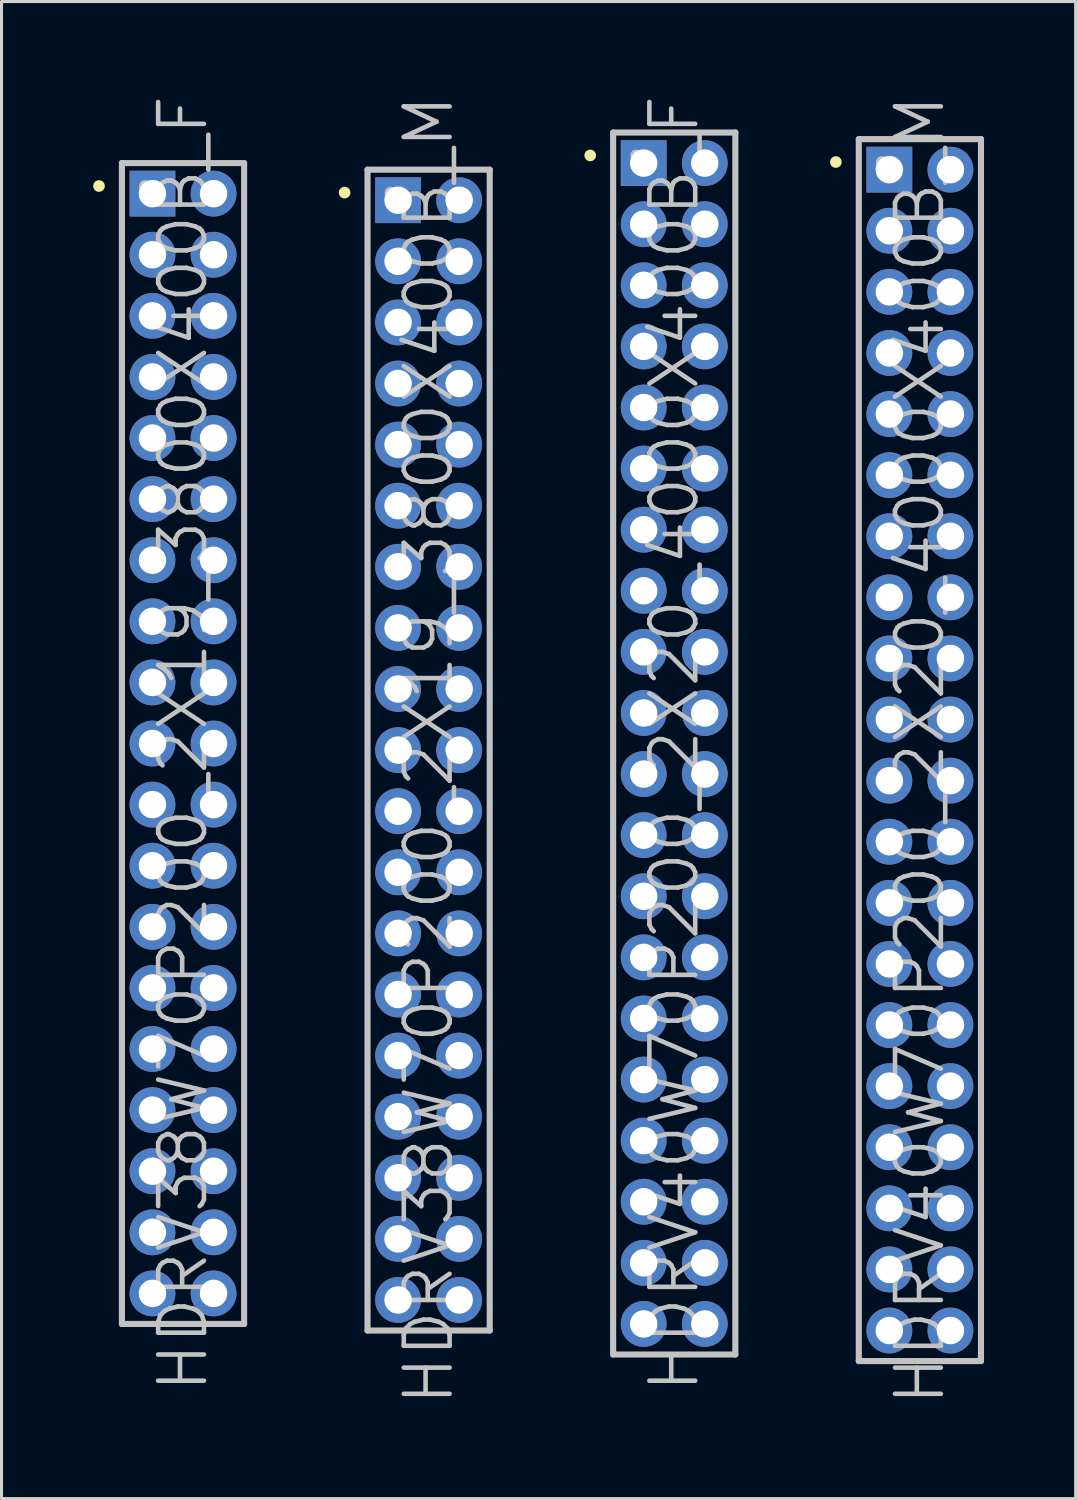
<source format=kicad_pcb>
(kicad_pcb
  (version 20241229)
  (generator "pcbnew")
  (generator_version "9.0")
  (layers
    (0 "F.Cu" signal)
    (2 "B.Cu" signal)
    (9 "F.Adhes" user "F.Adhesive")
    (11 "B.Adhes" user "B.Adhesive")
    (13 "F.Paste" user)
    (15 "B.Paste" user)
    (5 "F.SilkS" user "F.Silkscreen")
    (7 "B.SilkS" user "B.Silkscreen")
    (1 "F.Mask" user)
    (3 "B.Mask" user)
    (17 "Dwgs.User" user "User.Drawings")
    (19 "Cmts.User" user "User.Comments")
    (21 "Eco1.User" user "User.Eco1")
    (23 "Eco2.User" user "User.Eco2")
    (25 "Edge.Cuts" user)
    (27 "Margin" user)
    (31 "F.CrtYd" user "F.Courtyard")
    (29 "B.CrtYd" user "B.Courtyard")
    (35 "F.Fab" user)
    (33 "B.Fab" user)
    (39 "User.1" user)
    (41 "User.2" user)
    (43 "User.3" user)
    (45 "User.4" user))
  (footprint "HDRV40W70P200_2X20_4000X400B_F"
    (layer "F.Cu")
    (at 19.021 21.289)
    (property "Reference" "HDRV40W70P200_2X20_4000X400B_F" (at 0 0 90) (layer "Dwgs.User") (effects (font (size 1.5 1.5) (thickness 0.15))))
    (attr through_hole)
    (fp_line (start -2.75 -19.25) (end -2.75 -19.25) (stroke (width 0.381) (type solid)) (layer "F.SilkS"))
    (fp_line (start -2 -20) (end -2 20) (stroke (width 0.2) (type solid)) (layer "Dwgs.User"))
    (fp_line (start -2 -20) (end 2 -20) (stroke (width 0.2) (type solid)) (layer "Dwgs.User"))
    (fp_line (start -2 20) (end 2 20) (stroke (width 0.2) (type solid)) (layer "Dwgs.User"))
    (fp_line (start -1.25 -19.25) (end -1.25 -19.25) (stroke (width 0.381) (type solid)) (layer "Dwgs.User"))
    (fp_line (start 2 -20) (end 2 20) (stroke (width 0.2) (type solid)) (layer "Dwgs.User"))
    (pad "1" thru_hole rect (at -1 -19) (size 1.5 1.5) (drill 0.9) (layers "*.Cu" "*.Mask"))
    (pad "2" thru_hole circle (at 1 -19 270) (size 1.5 1.5) (drill 0.9) (layers "*.Cu" "*.Mask"))
    (pad "3" thru_hole circle (at -1 -17 270) (size 1.5 1.5) (drill 0.9) (layers "*.Cu" "*.Mask"))
    (pad "4" thru_hole circle (at 1 -17 270) (size 1.5 1.5) (drill 0.9) (layers "*.Cu" "*.Mask"))
    (pad "5" thru_hole circle (at -1 -15 270) (size 1.5 1.5) (drill 0.9) (layers "*.Cu" "*.Mask"))
    (pad "6" thru_hole circle (at 1 -15 270) (size 1.5 1.5) (drill 0.9) (layers "*.Cu" "*.Mask"))
    (pad "7" thru_hole circle (at -1 -13 270) (size 1.5 1.5) (drill 0.9) (layers "*.Cu" "*.Mask"))
    (pad "8" thru_hole circle (at 1 -13 270) (size 1.5 1.5) (drill 0.9) (layers "*.Cu" "*.Mask"))
    (pad "9" thru_hole circle (at -1 -11 270) (size 1.5 1.5) (drill 0.9) (layers "*.Cu" "*.Mask"))
    (pad "10" thru_hole circle (at 1 -11 270) (size 1.5 1.5) (drill 0.9) (layers "*.Cu" "*.Mask"))
    (pad "11" thru_hole circle (at -1 -9 270) (size 1.5 1.5) (drill 0.9) (layers "*.Cu" "*.Mask"))
    (pad "12" thru_hole circle (at 1 -9 270) (size 1.5 1.5) (drill 0.9) (layers "*.Cu" "*.Mask"))
    (pad "13" thru_hole circle (at -1 -7 270) (size 1.5 1.5) (drill 0.9) (layers "*.Cu" "*.Mask"))
    (pad "14" thru_hole circle (at 1 -7 270) (size 1.5 1.5) (drill 0.9) (layers "*.Cu" "*.Mask"))
    (pad "15" thru_hole circle (at -1 -5 270) (size 1.5 1.5) (drill 0.9) (layers "*.Cu" "*.Mask"))
    (pad "16" thru_hole circle (at 1 -5 270) (size 1.5 1.5) (drill 0.9) (layers "*.Cu" "*.Mask"))
    (pad "17" thru_hole circle (at -1 -3 270) (size 1.5 1.5) (drill 0.9) (layers "*.Cu" "*.Mask"))
    (pad "18" thru_hole circle (at 1 -3 270) (size 1.5 1.5) (drill 0.9) (layers "*.Cu" "*.Mask"))
    (pad "19" thru_hole circle (at -1 -1 270) (size 1.5 1.5) (drill 0.9) (layers "*.Cu" "*.Mask"))
    (pad "20" thru_hole circle (at 1 -1 270) (size 1.5 1.5) (drill 0.9) (layers "*.Cu" "*.Mask"))
    (pad "21" thru_hole circle (at -1 1 270) (size 1.5 1.5) (drill 0.9) (layers "*.Cu" "*.Mask"))
    (pad "22" thru_hole circle (at 1 1 270) (size 1.5 1.5) (drill 0.9) (layers "*.Cu" "*.Mask"))
    (pad "23" thru_hole circle (at -1 3 270) (size 1.5 1.5) (drill 0.9) (layers "*.Cu" "*.Mask"))
    (pad "24" thru_hole circle (at 1 3 270) (size 1.5 1.5) (drill 0.9) (layers "*.Cu" "*.Mask"))
    (pad "25" thru_hole circle (at -1 5 270) (size 1.5 1.5) (drill 0.9) (layers "*.Cu" "*.Mask"))
    (pad "26" thru_hole circle (at 1 5 270) (size 1.5 1.5) (drill 0.9) (layers "*.Cu" "*.Mask"))
    (pad "27" thru_hole circle (at -1 7 270) (size 1.5 1.5) (drill 0.9) (layers "*.Cu" "*.Mask"))
    (pad "28" thru_hole circle (at 1 7 270) (size 1.5 1.5) (drill 0.9) (layers "*.Cu" "*.Mask"))
    (pad "29" thru_hole circle (at -1 9 270) (size 1.5 1.5) (drill 0.9) (layers "*.Cu" "*.Mask"))
    (pad "30" thru_hole circle (at 1 9 270) (size 1.5 1.5) (drill 0.9) (layers "*.Cu" "*.Mask"))
    (pad "31" thru_hole circle (at -1 11 270) (size 1.5 1.5) (drill 0.9) (layers "*.Cu" "*.Mask"))
    (pad "32" thru_hole circle (at 1 11 270) (size 1.5 1.5) (drill 0.9) (layers "*.Cu" "*.Mask"))
    (pad "33" thru_hole circle (at -1 13 270) (size 1.5 1.5) (drill 0.9) (layers "*.Cu" "*.Mask"))
    (pad "34" thru_hole circle (at 1 13 270) (size 1.5 1.5) (drill 0.9) (layers "*.Cu" "*.Mask"))
    (pad "35" thru_hole circle (at -1 15 270) (size 1.5 1.5) (drill 0.9) (layers "*.Cu" "*.Mask"))
    (pad "36" thru_hole circle (at 1 15 270) (size 1.5 1.5) (drill 0.9) (layers "*.Cu" "*.Mask"))
    (pad "37" thru_hole circle (at -1 17 270) (size 1.5 1.5) (drill 0.9) (layers "*.Cu" "*.Mask"))
    (pad "38" thru_hole circle (at 1 17 270) (size 1.5 1.5) (drill 0.9) (layers "*.Cu" "*.Mask"))
    (pad "39" thru_hole circle (at -1 19 270) (size 1.5 1.5) (drill 0.9) (layers "*.Cu" "*.Mask"))
    (pad "40" thru_hole circle (at 1 19 270) (size 1.5 1.5) (drill 0.9) (layers "*.Cu" "*.Mask")))
  (footprint "HDRV40W70P200_2X20_4000X400B_M"
    (layer "F.Cu")
    (at 27.062 21.504)
    (property "Reference" "HDRV40W70P200_2X20_4000X400B_M" (at 0 0 90) (layer "Dwgs.User") (effects (font (size 1.5 1.5) (thickness 0.15))))
    (attr through_hole)
    (fp_line (start -2.75 -19.25) (end -2.75 -19.25) (stroke (width 0.381) (type solid)) (layer "F.SilkS"))
    (fp_line (start -2 -20) (end -2 20) (stroke (width 0.2) (type solid)) (layer "Dwgs.User"))
    (fp_line (start -2 -20) (end 2 -20) (stroke (width 0.2) (type solid)) (layer "Dwgs.User"))
    (fp_line (start -2 20) (end 2 20) (stroke (width 0.2) (type solid)) (layer "Dwgs.User"))
    (fp_line (start -1.25 -19.25) (end -1.25 -19.25) (stroke (width 0.381) (type solid)) (layer "Dwgs.User"))
    (fp_line (start 2 -20) (end 2 20) (stroke (width 0.2) (type solid)) (layer "Dwgs.User"))
    (pad "1" thru_hole rect (at -1 -19) (size 1.5 1.5) (drill 0.9) (layers "*.Cu" "*.Mask"))
    (pad "2" thru_hole circle (at 1 -19 270) (size 1.5 1.5) (drill 0.9) (layers "*.Cu" "*.Mask"))
    (pad "3" thru_hole circle (at -1 -17 270) (size 1.5 1.5) (drill 0.9) (layers "*.Cu" "*.Mask"))
    (pad "4" thru_hole circle (at 1 -17 270) (size 1.5 1.5) (drill 0.9) (layers "*.Cu" "*.Mask"))
    (pad "5" thru_hole circle (at -1 -15 270) (size 1.5 1.5) (drill 0.9) (layers "*.Cu" "*.Mask"))
    (pad "6" thru_hole circle (at 1 -15 270) (size 1.5 1.5) (drill 0.9) (layers "*.Cu" "*.Mask"))
    (pad "7" thru_hole circle (at -1 -13 270) (size 1.5 1.5) (drill 0.9) (layers "*.Cu" "*.Mask"))
    (pad "8" thru_hole circle (at 1 -13 270) (size 1.5 1.5) (drill 0.9) (layers "*.Cu" "*.Mask"))
    (pad "9" thru_hole circle (at -1 -11 270) (size 1.5 1.5) (drill 0.9) (layers "*.Cu" "*.Mask"))
    (pad "10" thru_hole circle (at 1 -11 270) (size 1.5 1.5) (drill 0.9) (layers "*.Cu" "*.Mask"))
    (pad "11" thru_hole circle (at -1 -9 270) (size 1.5 1.5) (drill 0.9) (layers "*.Cu" "*.Mask"))
    (pad "12" thru_hole circle (at 1 -9 270) (size 1.5 1.5) (drill 0.9) (layers "*.Cu" "*.Mask"))
    (pad "13" thru_hole circle (at -1 -7 270) (size 1.5 1.5) (drill 0.9) (layers "*.Cu" "*.Mask"))
    (pad "14" thru_hole circle (at 1 -7 270) (size 1.5 1.5) (drill 0.9) (layers "*.Cu" "*.Mask"))
    (pad "15" thru_hole circle (at -1 -5 270) (size 1.5 1.5) (drill 0.9) (layers "*.Cu" "*.Mask"))
    (pad "16" thru_hole circle (at 1 -5 270) (size 1.5 1.5) (drill 0.9) (layers "*.Cu" "*.Mask"))
    (pad "17" thru_hole circle (at -1 -3 270) (size 1.5 1.5) (drill 0.9) (layers "*.Cu" "*.Mask"))
    (pad "18" thru_hole circle (at 1 -3 270) (size 1.5 1.5) (drill 0.9) (layers "*.Cu" "*.Mask"))
    (pad "19" thru_hole circle (at -1 -1 270) (size 1.5 1.5) (drill 0.9) (layers "*.Cu" "*.Mask"))
    (pad "20" thru_hole circle (at 1 -1 270) (size 1.5 1.5) (drill 0.9) (layers "*.Cu" "*.Mask"))
    (pad "21" thru_hole circle (at -1 1 270) (size 1.5 1.5) (drill 0.9) (layers "*.Cu" "*.Mask"))
    (pad "22" thru_hole circle (at 1 1 270) (size 1.5 1.5) (drill 0.9) (layers "*.Cu" "*.Mask"))
    (pad "23" thru_hole circle (at -1 3 270) (size 1.5 1.5) (drill 0.9) (layers "*.Cu" "*.Mask"))
    (pad "24" thru_hole circle (at 1 3 270) (size 1.5 1.5) (drill 0.9) (layers "*.Cu" "*.Mask"))
    (pad "25" thru_hole circle (at -1 5 270) (size 1.5 1.5) (drill 0.9) (layers "*.Cu" "*.Mask"))
    (pad "26" thru_hole circle (at 1 5 270) (size 1.5 1.5) (drill 0.9) (layers "*.Cu" "*.Mask"))
    (pad "27" thru_hole circle (at -1 7 270) (size 1.5 1.5) (drill 0.9) (layers "*.Cu" "*.Mask"))
    (pad "28" thru_hole circle (at 1 7 270) (size 1.5 1.5) (drill 0.9) (layers "*.Cu" "*.Mask"))
    (pad "29" thru_hole circle (at -1 9 270) (size 1.5 1.5) (drill 0.9) (layers "*.Cu" "*.Mask"))
    (pad "30" thru_hole circle (at 1 9 270) (size 1.5 1.5) (drill 0.9) (layers "*.Cu" "*.Mask"))
    (pad "31" thru_hole circle (at -1 11 270) (size 1.5 1.5) (drill 0.9) (layers "*.Cu" "*.Mask"))
    (pad "32" thru_hole circle (at 1 11 270) (size 1.5 1.5) (drill 0.9) (layers "*.Cu" "*.Mask"))
    (pad "33" thru_hole circle (at -1 13 270) (size 1.5 1.5) (drill 0.9) (layers "*.Cu" "*.Mask"))
    (pad "34" thru_hole circle (at 1 13 270) (size 1.5 1.5) (drill 0.9) (layers "*.Cu" "*.Mask"))
    (pad "35" thru_hole circle (at -1 15 270) (size 1.5 1.5) (drill 0.9) (layers "*.Cu" "*.Mask"))
    (pad "36" thru_hole circle (at 1 15 270) (size 1.5 1.5) (drill 0.9) (layers "*.Cu" "*.Mask"))
    (pad "37" thru_hole circle (at -1 17 270) (size 1.5 1.5) (drill 0.9) (layers "*.Cu" "*.Mask"))
    (pad "38" thru_hole circle (at 1 17 270) (size 1.5 1.5) (drill 0.9) (layers "*.Cu" "*.Mask"))
    (pad "39" thru_hole circle (at -1 19 270) (size 1.5 1.5) (drill 0.9) (layers "*.Cu" "*.Mask"))
    (pad "40" thru_hole circle (at 1 19 270) (size 1.5 1.5) (drill 0.9) (layers "*.Cu" "*.Mask")))
  (footprint "HDRV38W70P200_2X19_3800X400B_M"
    (layer "F.Cu")
    (at 10.981 21.504)
    (property "Reference" "HDRV38W70P200_2X19_3800X400B_M" (at 0 0 90) (layer "Dwgs.User") (effects (font (size 1.5 1.5) (thickness 0.15))))
    (attr through_hole)
    (fp_line (start -2.75 -18.25) (end -2.75 -18.25) (stroke (width 0.381) (type solid)) (layer "F.SilkS"))
    (fp_line (start -2 -19) (end -2 19) (stroke (width 0.2) (type solid)) (layer "Dwgs.User"))
    (fp_line (start -2 -19) (end 2 -19) (stroke (width 0.2) (type solid)) (layer "Dwgs.User"))
    (fp_line (start -2 19) (end 2 19) (stroke (width 0.2) (type solid)) (layer "Dwgs.User"))
    (fp_line (start -1.25 -18.25) (end -1.25 -18.25) (stroke (width 0.381) (type solid)) (layer "Dwgs.User"))
    (fp_line (start 2 -19) (end 2 19) (stroke (width 0.2) (type solid)) (layer "Dwgs.User"))
    (pad "1" thru_hole rect (at -1 -18) (size 1.5 1.5) (drill 0.9) (layers "*.Cu" "*.Mask"))
    (pad "2" thru_hole circle (at 1 -18 270) (size 1.5 1.5) (drill 0.9) (layers "*.Cu" "*.Mask"))
    (pad "3" thru_hole circle (at -1 -16 270) (size 1.5 1.5) (drill 0.9) (layers "*.Cu" "*.Mask"))
    (pad "4" thru_hole circle (at 1 -16 270) (size 1.5 1.5) (drill 0.9) (layers "*.Cu" "*.Mask"))
    (pad "5" thru_hole circle (at -1 -14 270) (size 1.5 1.5) (drill 0.9) (layers "*.Cu" "*.Mask"))
    (pad "6" thru_hole circle (at 1 -14 270) (size 1.5 1.5) (drill 0.9) (layers "*.Cu" "*.Mask"))
    (pad "7" thru_hole circle (at -1 -12 270) (size 1.5 1.5) (drill 0.9) (layers "*.Cu" "*.Mask"))
    (pad "8" thru_hole circle (at 1 -12 270) (size 1.5 1.5) (drill 0.9) (layers "*.Cu" "*.Mask"))
    (pad "9" thru_hole circle (at -1 -10 270) (size 1.5 1.5) (drill 0.9) (layers "*.Cu" "*.Mask"))
    (pad "10" thru_hole circle (at 1 -10 270) (size 1.5 1.5) (drill 0.9) (layers "*.Cu" "*.Mask"))
    (pad "11" thru_hole circle (at -1 -8 270) (size 1.5 1.5) (drill 0.9) (layers "*.Cu" "*.Mask"))
    (pad "12" thru_hole circle (at 1 -8 270) (size 1.5 1.5) (drill 0.9) (layers "*.Cu" "*.Mask"))
    (pad "13" thru_hole circle (at -1 -6 270) (size 1.5 1.5) (drill 0.9) (layers "*.Cu" "*.Mask"))
    (pad "14" thru_hole circle (at 1 -6 270) (size 1.5 1.5) (drill 0.9) (layers "*.Cu" "*.Mask"))
    (pad "15" thru_hole circle (at -1 -4 270) (size 1.5 1.5) (drill 0.9) (layers "*.Cu" "*.Mask"))
    (pad "16" thru_hole circle (at 1 -4 270) (size 1.5 1.5) (drill 0.9) (layers "*.Cu" "*.Mask"))
    (pad "17" thru_hole circle (at -1 -2 270) (size 1.5 1.5) (drill 0.9) (layers "*.Cu" "*.Mask"))
    (pad "18" thru_hole circle (at 1 -2 270) (size 1.5 1.5) (drill 0.9) (layers "*.Cu" "*.Mask"))
    (pad "19" thru_hole circle (at -1 0 270) (size 1.5 1.5) (drill 0.9) (layers "*.Cu" "*.Mask"))
    (pad "20" thru_hole circle (at 1 0 270) (size 1.5 1.5) (drill 0.9) (layers "*.Cu" "*.Mask"))
    (pad "21" thru_hole circle (at -1 2 270) (size 1.5 1.5) (drill 0.9) (layers "*.Cu" "*.Mask"))
    (pad "22" thru_hole circle (at 1 2 270) (size 1.5 1.5) (drill 0.9) (layers "*.Cu" "*.Mask"))
    (pad "23" thru_hole circle (at -1 4 270) (size 1.5 1.5) (drill 0.9) (layers "*.Cu" "*.Mask"))
    (pad "24" thru_hole circle (at 1 4 270) (size 1.5 1.5) (drill 0.9) (layers "*.Cu" "*.Mask"))
    (pad "25" thru_hole circle (at -1 6 270) (size 1.5 1.5) (drill 0.9) (layers "*.Cu" "*.Mask"))
    (pad "26" thru_hole circle (at 1 6 270) (size 1.5 1.5) (drill 0.9) (layers "*.Cu" "*.Mask"))
    (pad "27" thru_hole circle (at -1 8 270) (size 1.5 1.5) (drill 0.9) (layers "*.Cu" "*.Mask"))
    (pad "28" thru_hole circle (at 1 8 270) (size 1.5 1.5) (drill 0.9) (layers "*.Cu" "*.Mask"))
    (pad "29" thru_hole circle (at -1 10 270) (size 1.5 1.5) (drill 0.9) (layers "*.Cu" "*.Mask"))
    (pad "30" thru_hole circle (at 1 10 270) (size 1.5 1.5) (drill 0.9) (layers "*.Cu" "*.Mask"))
    (pad "31" thru_hole circle (at -1 12 270) (size 1.5 1.5) (drill 0.9) (layers "*.Cu" "*.Mask"))
    (pad "32" thru_hole circle (at 1 12 270) (size 1.5 1.5) (drill 0.9) (layers "*.Cu" "*.Mask"))
    (pad "33" thru_hole circle (at -1 14 270) (size 1.5 1.5) (drill 0.9) (layers "*.Cu" "*.Mask"))
    (pad "34" thru_hole circle (at 1 14 270) (size 1.5 1.5) (drill 0.9) (layers "*.Cu" "*.Mask"))
    (pad "35" thru_hole circle (at -1 16 270) (size 1.5 1.5) (drill 0.9) (layers "*.Cu" "*.Mask"))
    (pad "36" thru_hole circle (at 1 16 270) (size 1.5 1.5) (drill 0.9) (layers "*.Cu" "*.Mask"))
    (pad "37" thru_hole circle (at -1 18 270) (size 1.5 1.5) (drill 0.9) (layers "*.Cu" "*.Mask"))
    (pad "38" thru_hole circle (at 1 18 270) (size 1.5 1.5) (drill 0.9) (layers "*.Cu" "*.Mask")))
  (footprint "HDRV38W70P200_2X19_3800X400B_F"
    (layer "F.Cu")
    (at 2.941 21.289)
    (property "Reference" "HDRV38W70P200_2X19_3800X400B_F" (at 0 0 90) (layer "Dwgs.User") (effects (font (size 1.5 1.5) (thickness 0.15))))
    (attr through_hole)
    (fp_line (start -2.75 -18.25) (end -2.75 -18.25) (stroke (width 0.381) (type solid)) (layer "F.SilkS"))
    (fp_line (start -2 -19) (end -2 19) (stroke (width 0.2) (type solid)) (layer "Dwgs.User"))
    (fp_line (start -2 -19) (end 2 -19) (stroke (width 0.2) (type solid)) (layer "Dwgs.User"))
    (fp_line (start -2 19) (end 2 19) (stroke (width 0.2) (type solid)) (layer "Dwgs.User"))
    (fp_line (start -1.25 -18.25) (end -1.25 -18.25) (stroke (width 0.381) (type solid)) (layer "Dwgs.User"))
    (fp_line (start 2 -19) (end 2 19) (stroke (width 0.2) (type solid)) (layer "Dwgs.User"))
    (pad "1" thru_hole rect (at -1 -18) (size 1.5 1.5) (drill 0.9) (layers "*.Cu" "*.Mask"))
    (pad "2" thru_hole circle (at 1 -18 270) (size 1.5 1.5) (drill 0.9) (layers "*.Cu" "*.Mask"))
    (pad "3" thru_hole circle (at -1 -16 270) (size 1.5 1.5) (drill 0.9) (layers "*.Cu" "*.Mask"))
    (pad "4" thru_hole circle (at 1 -16 270) (size 1.5 1.5) (drill 0.9) (layers "*.Cu" "*.Mask"))
    (pad "5" thru_hole circle (at -1 -14 270) (size 1.5 1.5) (drill 0.9) (layers "*.Cu" "*.Mask"))
    (pad "6" thru_hole circle (at 1 -14 270) (size 1.5 1.5) (drill 0.9) (layers "*.Cu" "*.Mask"))
    (pad "7" thru_hole circle (at -1 -12 270) (size 1.5 1.5) (drill 0.9) (layers "*.Cu" "*.Mask"))
    (pad "8" thru_hole circle (at 1 -12 270) (size 1.5 1.5) (drill 0.9) (layers "*.Cu" "*.Mask"))
    (pad "9" thru_hole circle (at -1 -10 270) (size 1.5 1.5) (drill 0.9) (layers "*.Cu" "*.Mask"))
    (pad "10" thru_hole circle (at 1 -10 270) (size 1.5 1.5) (drill 0.9) (layers "*.Cu" "*.Mask"))
    (pad "11" thru_hole circle (at -1 -8 270) (size 1.5 1.5) (drill 0.9) (layers "*.Cu" "*.Mask"))
    (pad "12" thru_hole circle (at 1 -8 270) (size 1.5 1.5) (drill 0.9) (layers "*.Cu" "*.Mask"))
    (pad "13" thru_hole circle (at -1 -6 270) (size 1.5 1.5) (drill 0.9) (layers "*.Cu" "*.Mask"))
    (pad "14" thru_hole circle (at 1 -6 270) (size 1.5 1.5) (drill 0.9) (layers "*.Cu" "*.Mask"))
    (pad "15" thru_hole circle (at -1 -4 270) (size 1.5 1.5) (drill 0.9) (layers "*.Cu" "*.Mask"))
    (pad "16" thru_hole circle (at 1 -4 270) (size 1.5 1.5) (drill 0.9) (layers "*.Cu" "*.Mask"))
    (pad "17" thru_hole circle (at -1 -2 270) (size 1.5 1.5) (drill 0.9) (layers "*.Cu" "*.Mask"))
    (pad "18" thru_hole circle (at 1 -2 270) (size 1.5 1.5) (drill 0.9) (layers "*.Cu" "*.Mask"))
    (pad "19" thru_hole circle (at -1 0 270) (size 1.5 1.5) (drill 0.9) (layers "*.Cu" "*.Mask"))
    (pad "20" thru_hole circle (at 1 0 270) (size 1.5 1.5) (drill 0.9) (layers "*.Cu" "*.Mask"))
    (pad "21" thru_hole circle (at -1 2 270) (size 1.5 1.5) (drill 0.9) (layers "*.Cu" "*.Mask"))
    (pad "22" thru_hole circle (at 1 2 270) (size 1.5 1.5) (drill 0.9) (layers "*.Cu" "*.Mask"))
    (pad "23" thru_hole circle (at -1 4 270) (size 1.5 1.5) (drill 0.9) (layers "*.Cu" "*.Mask"))
    (pad "24" thru_hole circle (at 1 4 270) (size 1.5 1.5) (drill 0.9) (layers "*.Cu" "*.Mask"))
    (pad "25" thru_hole circle (at -1 6 270) (size 1.5 1.5) (drill 0.9) (layers "*.Cu" "*.Mask"))
    (pad "26" thru_hole circle (at 1 6 270) (size 1.5 1.5) (drill 0.9) (layers "*.Cu" "*.Mask"))
    (pad "27" thru_hole circle (at -1 8 270) (size 1.5 1.5) (drill 0.9) (layers "*.Cu" "*.Mask"))
    (pad "28" thru_hole circle (at 1 8 270) (size 1.5 1.5) (drill 0.9) (layers "*.Cu" "*.Mask"))
    (pad "29" thru_hole circle (at -1 10 270) (size 1.5 1.5) (drill 0.9) (layers "*.Cu" "*.Mask"))
    (pad "30" thru_hole circle (at 1 10 270) (size 1.5 1.5) (drill 0.9) (layers "*.Cu" "*.Mask"))
    (pad "31" thru_hole circle (at -1 12 270) (size 1.5 1.5) (drill 0.9) (layers "*.Cu" "*.Mask"))
    (pad "32" thru_hole circle (at 1 12 270) (size 1.5 1.5) (drill 0.9) (layers "*.Cu" "*.Mask"))
    (pad "33" thru_hole circle (at -1 14 270) (size 1.5 1.5) (drill 0.9) (layers "*.Cu" "*.Mask"))
    (pad "34" thru_hole circle (at 1 14 270) (size 1.5 1.5) (drill 0.9) (layers "*.Cu" "*.Mask"))
    (pad "35" thru_hole circle (at -1 16 270) (size 1.5 1.5) (drill 0.9) (layers "*.Cu" "*.Mask"))
    (pad "36" thru_hole circle (at 1 16 270) (size 1.5 1.5) (drill 0.9) (layers "*.Cu" "*.Mask"))
    (pad "37" thru_hole circle (at -1 18 270) (size 1.5 1.5) (drill 0.9) (layers "*.Cu" "*.Mask"))
    (pad "38" thru_hole circle (at 1 18 270) (size 1.5 1.5) (drill 0.9) (layers "*.Cu" "*.Mask")))
  (gr_rect
    (start -3 -3)
    (end 32.162 46.007)
    (stroke (width 0.1) (type default))
    (fill no)
    (layer "Edge.Cuts")))
</source>
